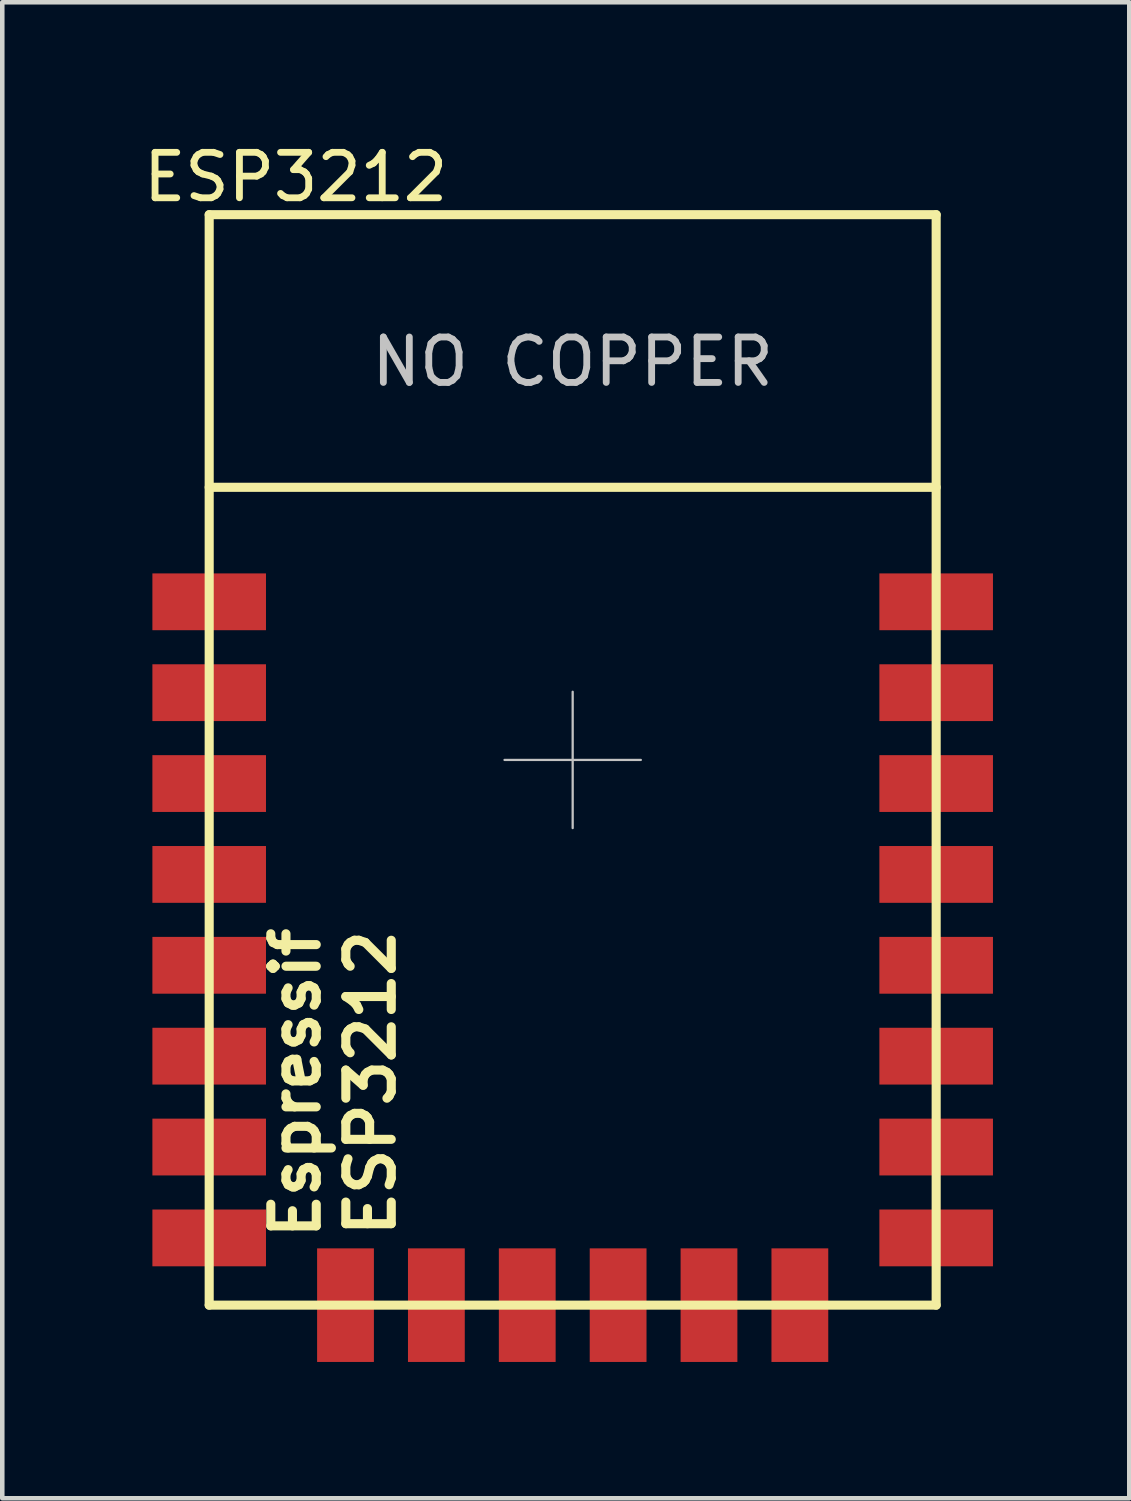
<source format=kicad_pcb>
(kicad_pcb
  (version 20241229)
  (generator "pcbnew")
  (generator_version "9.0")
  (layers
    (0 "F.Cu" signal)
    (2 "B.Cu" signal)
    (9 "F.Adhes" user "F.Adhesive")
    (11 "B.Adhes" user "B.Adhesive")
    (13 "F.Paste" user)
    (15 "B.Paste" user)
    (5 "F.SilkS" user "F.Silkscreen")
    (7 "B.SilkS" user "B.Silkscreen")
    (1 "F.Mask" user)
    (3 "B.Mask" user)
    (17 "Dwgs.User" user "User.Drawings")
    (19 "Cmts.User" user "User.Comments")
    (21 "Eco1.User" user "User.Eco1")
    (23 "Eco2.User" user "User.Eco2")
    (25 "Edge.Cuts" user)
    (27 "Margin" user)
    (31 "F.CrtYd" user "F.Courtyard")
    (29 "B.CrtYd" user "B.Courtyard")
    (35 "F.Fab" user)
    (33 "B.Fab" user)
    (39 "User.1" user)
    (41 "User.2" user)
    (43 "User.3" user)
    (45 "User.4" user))
  (footprint "ESP3212"
    (layer "F.Cu")
    (at 9.554 13.675)
    (property "Reference" "ESP3212" (at -6.096 -12.827 0) (layer "F.SilkS") (effects (font (size 1 1) (thickness 0.15))))
    (attr through_hole)
    (fp_line (start -8 -12) (end 8 -12) (stroke (width 0.2) (type solid)) (layer "F.SilkS"))
    (fp_line (start -8 -6) (end 8 -6) (stroke (width 0.2) (type solid)) (layer "F.SilkS"))
    (fp_line (start -8 12) (end -8 -12) (stroke (width 0.2) (type solid)) (layer "F.SilkS"))
    (fp_line (start 8 -12) (end 8 12) (stroke (width 0.2) (type solid)) (layer "F.SilkS"))
    (fp_line (start 8 12) (end -8 12) (stroke (width 0.2) (type solid)) (layer "F.SilkS"))
    (fp_line (start 0 -1.5) (end 0 1.5) (stroke (width 0.05) (type solid)) (layer "Dwgs.User"))
    (fp_line (start 1.5 0) (end -1.5 0) (stroke (width 0.05) (type solid)) (layer "Dwgs.User"))
    (fp_text user "Espressif" (at -6.096 7.112 90) (layer "F.SilkS") (effects (font (size 1 1) (thickness 0.2))))
    (fp_text user "ESP3212" (at -4.445 7.112 90) (layer "F.SilkS") (effects (font (size 1 1) (thickness 0.2))))
    (fp_text user "NO COPPER" (at 0 -8.763 0) (layer "Dwgs.User") (effects (font (size 1 1) (thickness 0.15))))
    (pad "1" smd rect (at -8 -3.48) (size 2.5 1.25) (layers "F.Cu" "F.Mask" "F.Paste"))
    (pad "2" smd rect (at -8 -1.48) (size 2.5 1.25) (layers "F.Cu" "F.Mask" "F.Paste"))
    (pad "3" smd rect (at -8 0.52) (size 2.5 1.25) (layers "F.Cu" "F.Mask" "F.Paste"))
    (pad "4" smd rect (at -8 2.52) (size 2.5 1.25) (layers "F.Cu" "F.Mask" "F.Paste"))
    (pad "5" smd rect (at -8 4.52) (size 2.5 1.25) (layers "F.Cu" "F.Mask" "F.Paste"))
    (pad "6" smd rect (at -8 6.52) (size 2.5 1.25) (layers "F.Cu" "F.Mask" "F.Paste"))
    (pad "7" smd rect (at -8 8.52) (size 2.5 1.25) (layers "F.Cu" "F.Mask" "F.Paste"))
    (pad "8" smd rect (at -8 10.52) (size 2.5 1.25) (layers "F.Cu" "F.Mask" "F.Paste"))
    (pad "9" smd rect (at -5 12) (size 1.25 2.5) (layers "F.Cu" "F.Mask" "F.Paste"))
    (pad "10" smd rect (at -3 12) (size 1.25 2.5) (layers "F.Cu" "F.Mask" "F.Paste"))
    (pad "11" smd rect (at -1 12) (size 1.25 2.5) (layers "F.Cu" "F.Mask" "F.Paste"))
    (pad "12" smd rect (at 1 12) (size 1.25 2.5) (layers "F.Cu" "F.Mask" "F.Paste"))
    (pad "13" smd rect (at 3 12) (size 1.25 2.5) (layers "F.Cu" "F.Mask" "F.Paste"))
    (pad "14" smd rect (at 5 12) (size 1.25 2.5) (layers "F.Cu" "F.Mask" "F.Paste"))
    (pad "15" smd rect (at 8 10.52) (size 2.5 1.25) (layers "F.Cu" "F.Mask" "F.Paste"))
    (pad "16" smd rect (at 8 8.52) (size 2.5 1.25) (layers "F.Cu" "F.Mask" "F.Paste"))
    (pad "17" smd rect (at 8 6.52) (size 2.5 1.25) (layers "F.Cu" "F.Mask" "F.Paste"))
    (pad "18" smd rect (at 8 4.52) (size 2.5 1.25) (layers "F.Cu" "F.Mask" "F.Paste"))
    (pad "19" smd rect (at 8 2.52) (size 2.5 1.25) (layers "F.Cu" "F.Mask" "F.Paste"))
    (pad "20" smd rect (at 8 0.52) (size 2.5 1.25) (layers "F.Cu" "F.Mask" "F.Paste"))
    (pad "21" smd rect (at 8 -1.48) (size 2.5 1.25) (layers "F.Cu" "F.Mask" "F.Paste"))
    (pad "22" smd rect (at 8 -3.48) (size 2.5 1.25) (layers "F.Cu" "F.Mask" "F.Paste")))
  (gr_rect
    (start -3 -3)
    (end 21.804 29.925)
    (stroke (width 0.1) (type default))
    (fill no)
    (layer "Edge.Cuts")))
</source>
